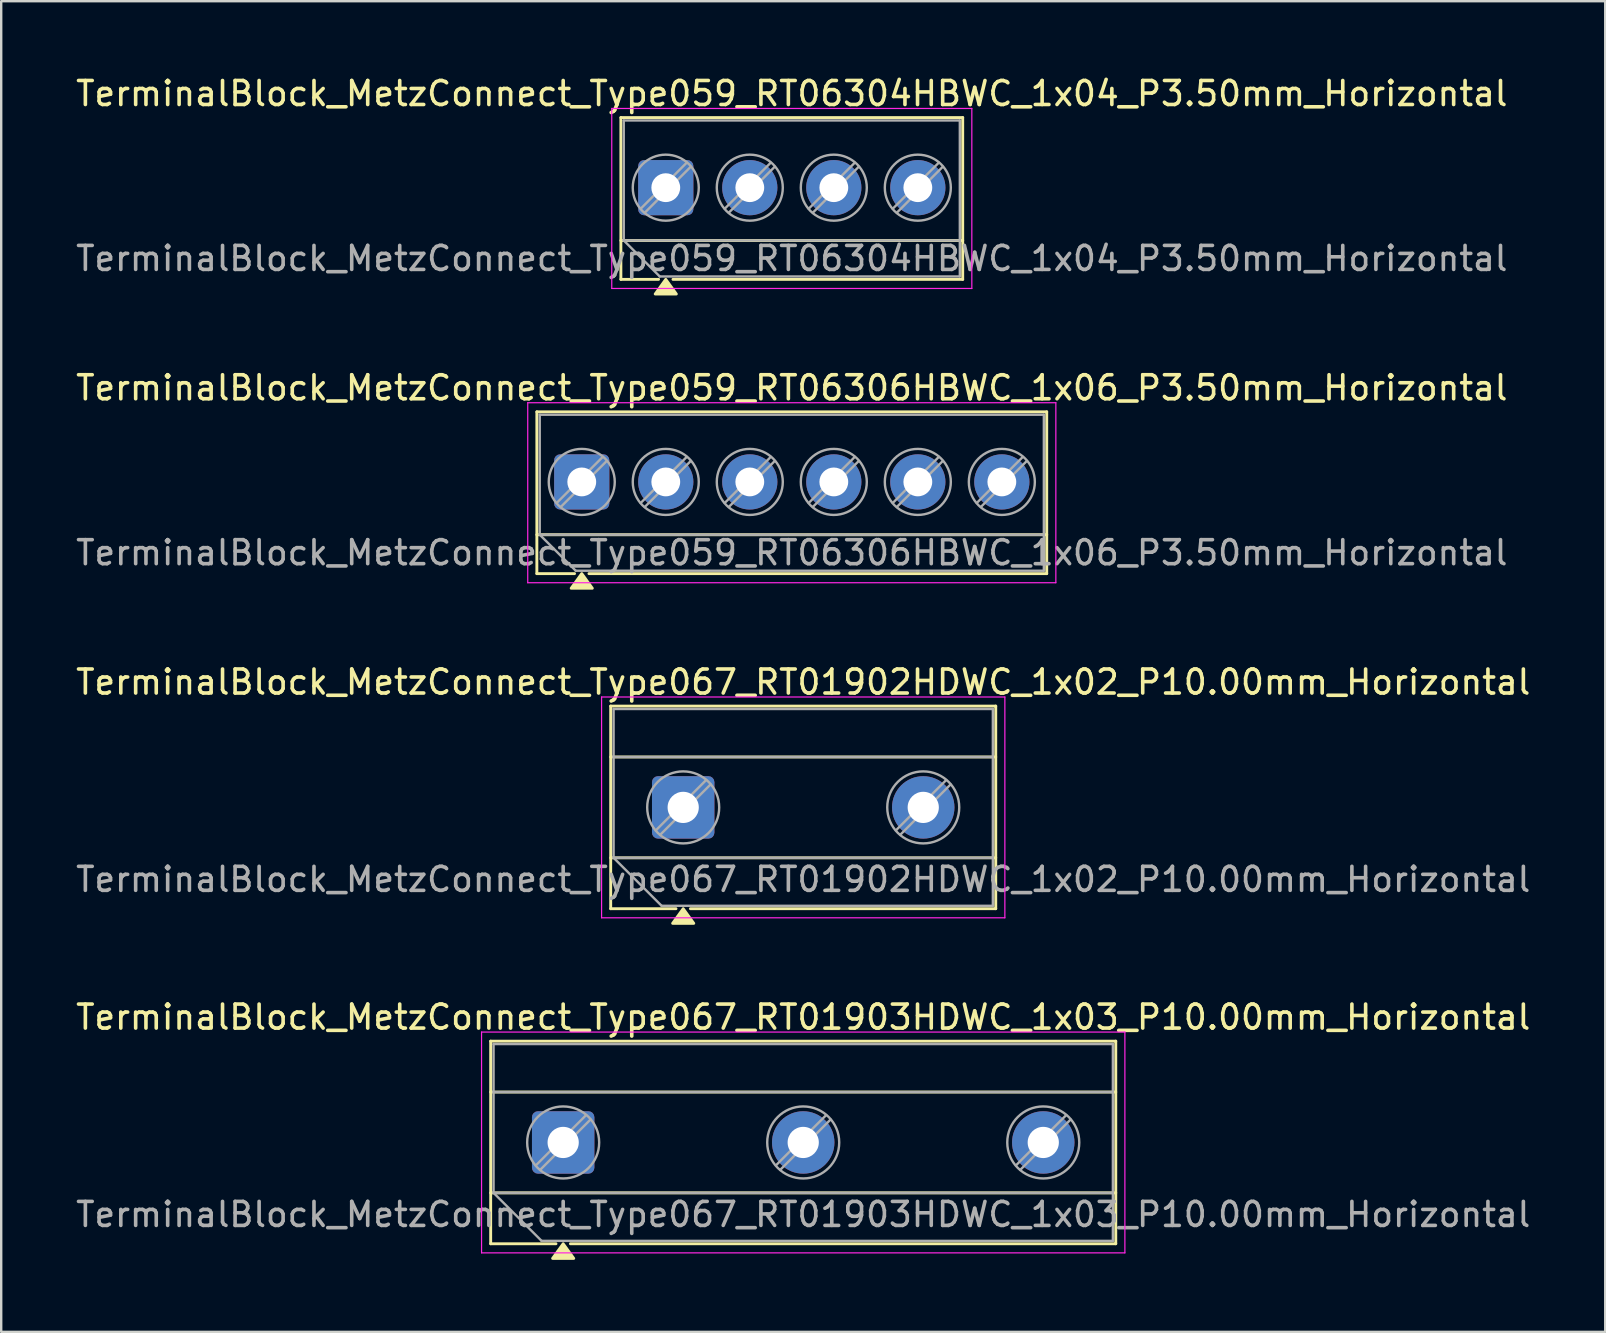
<source format=kicad_pcb>
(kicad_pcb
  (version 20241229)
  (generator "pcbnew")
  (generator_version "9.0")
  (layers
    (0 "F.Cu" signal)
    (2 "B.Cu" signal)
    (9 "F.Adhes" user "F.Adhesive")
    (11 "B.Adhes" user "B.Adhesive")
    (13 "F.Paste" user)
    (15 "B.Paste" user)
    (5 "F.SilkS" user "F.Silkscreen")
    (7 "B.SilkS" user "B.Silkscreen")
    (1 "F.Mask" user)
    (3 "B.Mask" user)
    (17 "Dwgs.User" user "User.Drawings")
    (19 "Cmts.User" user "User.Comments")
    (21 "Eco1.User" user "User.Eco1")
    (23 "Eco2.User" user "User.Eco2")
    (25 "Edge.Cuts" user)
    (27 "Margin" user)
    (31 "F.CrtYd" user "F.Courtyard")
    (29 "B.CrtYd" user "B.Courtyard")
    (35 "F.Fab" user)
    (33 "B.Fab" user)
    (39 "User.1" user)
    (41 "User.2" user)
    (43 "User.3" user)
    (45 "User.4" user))
  (footprint "TerminalBlock_MetzConnect_Type067_RT01903HDWC_1x03_P10.00mm_Horizontal"
    (layer "F.Cu")
    (at 20.411 44.543)
    (property "Reference" "TerminalBlock_MetzConnect_Type067_RT01903HDWC_1x03_P10.00mm_Horizontal" (at 10 -5.22 0) (layer "F.SilkS") (effects (font (size 1 1) (thickness 0.15))))
    (attr through_hole)
    (fp_line (start -3.02 -4.22) (end -3.02 4.22) (stroke (width 0.12) (type solid)) (layer "F.SilkS"))
    (fp_line (start -3.02 -4.22) (end 23.02 -4.22) (stroke (width 0.12) (type solid)) (layer "F.SilkS"))
    (fp_line (start -3.02 -2.1) (end 23.02 -2.1) (stroke (width 0.12) (type solid)) (layer "F.SilkS"))
    (fp_line (start -3.02 2.1) (end 23.02 2.1) (stroke (width 0.12) (type solid)) (layer "F.SilkS"))
    (fp_line (start -3.02 4.22) (end -0.3 4.22) (stroke (width 0.12) (type solid)) (layer "F.SilkS"))
    (fp_line (start 0.3 4.22) (end 23.02 4.22) (stroke (width 0.12) (type solid)) (layer "F.SilkS"))
    (fp_line (start 23.02 -4.22) (end 23.02 4.22) (stroke (width 0.12) (type solid)) (layer "F.SilkS"))
    (fp_poly (pts (xy 0 4.22) (xy 0.44 4.83) (xy -0.44 4.83)) (stroke (width 0.12) (type solid)) (fill yes) (layer "F.SilkS"))
    (fp_line (start -3.4 -4.6) (end -3.4 4.6) (stroke (width 0.05) (type solid)) (layer "F.CrtYd"))
    (fp_line (start -3.4 4.6) (end 23.4 4.6) (stroke (width 0.05) (type solid)) (layer "F.CrtYd"))
    (fp_line (start 23.4 -4.6) (end -3.4 -4.6) (stroke (width 0.05) (type solid)) (layer "F.CrtYd"))
    (fp_line (start 23.4 4.6) (end 23.4 -4.6) (stroke (width 0.05) (type solid)) (layer "F.CrtYd"))
    (fp_line (start -2.9 -4.1) (end 22.9 -4.1) (stroke (width 0.1) (type solid)) (layer "F.Fab"))
    (fp_line (start -2.9 -2.1) (end 22.9 -2.1) (stroke (width 0.1) (type solid)) (layer "F.Fab"))
    (fp_line (start -2.9 2.1) (end -2.9 -4.1) (stroke (width 0.1) (type solid)) (layer "F.Fab"))
    (fp_line (start -2.9 2.1) (end 22.9 2.1) (stroke (width 0.1) (type solid)) (layer "F.Fab"))
    (fp_line (start -0.9 4.1) (end -2.9 2.1) (stroke (width 0.1) (type solid)) (layer "F.Fab"))
    (fp_line (start 0.955 -1.138) (end -1.138 0.955) (stroke (width 0.1) (type solid)) (layer "F.Fab"))
    (fp_line (start 1.138 -0.955) (end -0.955 1.138) (stroke (width 0.1) (type solid)) (layer "F.Fab"))
    (fp_line (start 10.955 -1.138) (end 8.862 0.955) (stroke (width 0.1) (type solid)) (layer "F.Fab"))
    (fp_line (start 11.138 -0.955) (end 9.045 1.138) (stroke (width 0.1) (type solid)) (layer "F.Fab"))
    (fp_line (start 20.955 -1.138) (end 18.862 0.955) (stroke (width 0.1) (type solid)) (layer "F.Fab"))
    (fp_line (start 21.138 -0.955) (end 19.045 1.138) (stroke (width 0.1) (type solid)) (layer "F.Fab"))
    (fp_line (start 22.9 -4.1) (end 22.9 4.1) (stroke (width 0.1) (type solid)) (layer "F.Fab"))
    (fp_line (start 22.9 4.1) (end -0.9 4.1) (stroke (width 0.1) (type solid)) (layer "F.Fab"))
    (fp_circle (center 0 0) (end 1.5 0) (stroke (width 0.1) (type solid)) (fill no) (layer "F.Fab"))
    (fp_circle (center 10 0) (end 11.5 0) (stroke (width 0.1) (type solid)) (fill no) (layer "F.Fab"))
    (fp_circle (center 20 0) (end 21.5 0) (stroke (width 0.1) (type solid)) (fill no) (layer "F.Fab"))
    (fp_text user "${REFERENCE}" (at 10 3 0) (layer "F.Fab") (effects (font (size 1 1) (thickness 0.15))))
    (pad "1" thru_hole roundrect (at 0 0) (size 2.6 2.6) (drill 1.3) (layers "*.Cu" "*.Mask") (roundrect_rratio 0.096))
    (pad "2" thru_hole circle (at 10 0) (size 2.6 2.6) (drill 1.3) (layers "*.Cu" "*.Mask"))
    (pad "3" thru_hole circle (at 20 0) (size 2.6 2.6) (drill 1.3) (layers "*.Cu" "*.Mask")))
  (footprint "TerminalBlock_MetzConnect_Type059_RT06304HBWC_1x04_P3.50mm_Horizontal"
    (layer "F.Cu")
    (at 24.685 4.768)
    (property "Reference" "TerminalBlock_MetzConnect_Type059_RT06304HBWC_1x04_P3.50mm_Horizontal" (at 5.25 -3.92 0) (layer "F.SilkS") (effects (font (size 1 1) (thickness 0.15))))
    (attr through_hole)
    (fp_line (start -1.87 -2.92) (end -1.87 3.82) (stroke (width 0.12) (type solid)) (layer "F.SilkS"))
    (fp_line (start -1.87 -2.92) (end 12.37 -2.92) (stroke (width 0.12) (type solid)) (layer "F.SilkS"))
    (fp_line (start -1.87 2.2) (end 12.37 2.2) (stroke (width 0.12) (type solid)) (layer "F.SilkS"))
    (fp_line (start -1.87 3.82) (end -0.3 3.82) (stroke (width 0.12) (type solid)) (layer "F.SilkS"))
    (fp_line (start 0.3 3.82) (end 12.37 3.82) (stroke (width 0.12) (type solid)) (layer "F.SilkS"))
    (fp_line (start 12.37 -2.92) (end 12.37 3.82) (stroke (width 0.12) (type solid)) (layer "F.SilkS"))
    (fp_poly (pts (xy 0 3.82) (xy 0.44 4.43) (xy -0.44 4.43)) (stroke (width 0.12) (type solid)) (fill yes) (layer "F.SilkS"))
    (fp_line (start -2.25 -3.3) (end -2.25 4.2) (stroke (width 0.05) (type solid)) (layer "F.CrtYd"))
    (fp_line (start -2.25 4.2) (end 12.75 4.2) (stroke (width 0.05) (type solid)) (layer "F.CrtYd"))
    (fp_line (start 12.75 -3.3) (end -2.25 -3.3) (stroke (width 0.05) (type solid)) (layer "F.CrtYd"))
    (fp_line (start 12.75 4.2) (end 12.75 -3.3) (stroke (width 0.05) (type solid)) (layer "F.CrtYd"))
    (fp_line (start -1.75 -2.8) (end 12.25 -2.8) (stroke (width 0.1) (type solid)) (layer "F.Fab"))
    (fp_line (start -1.75 2.2) (end -1.75 -2.8) (stroke (width 0.1) (type solid)) (layer "F.Fab"))
    (fp_line (start -1.75 2.2) (end 12.25 2.2) (stroke (width 0.1) (type solid)) (layer "F.Fab"))
    (fp_line (start -0.25 3.7) (end -1.75 2.2) (stroke (width 0.1) (type solid)) (layer "F.Fab"))
    (fp_line (start 0.875 -1.043) (end -1.043 0.875) (stroke (width 0.1) (type solid)) (layer "F.Fab"))
    (fp_line (start 1.043 -0.875) (end -0.875 1.043) (stroke (width 0.1) (type solid)) (layer "F.Fab"))
    (fp_line (start 4.375 -1.043) (end 2.457 0.875) (stroke (width 0.1) (type solid)) (layer "F.Fab"))
    (fp_line (start 4.543 -0.875) (end 2.625 1.043) (stroke (width 0.1) (type solid)) (layer "F.Fab"))
    (fp_line (start 7.875 -1.043) (end 5.957 0.875) (stroke (width 0.1) (type solid)) (layer "F.Fab"))
    (fp_line (start 8.043 -0.875) (end 6.125 1.043) (stroke (width 0.1) (type solid)) (layer "F.Fab"))
    (fp_line (start 11.375 -1.043) (end 9.457 0.875) (stroke (width 0.1) (type solid)) (layer "F.Fab"))
    (fp_line (start 11.543 -0.875) (end 9.625 1.043) (stroke (width 0.1) (type solid)) (layer "F.Fab"))
    (fp_line (start 12.25 -2.8) (end 12.25 3.7) (stroke (width 0.1) (type solid)) (layer "F.Fab"))
    (fp_line (start 12.25 3.7) (end -0.25 3.7) (stroke (width 0.1) (type solid)) (layer "F.Fab"))
    (fp_circle (center 0 0) (end 1.375 0) (stroke (width 0.1) (type solid)) (fill no) (layer "F.Fab"))
    (fp_circle (center 3.5 0) (end 4.875 0) (stroke (width 0.1) (type solid)) (fill no) (layer "F.Fab"))
    (fp_circle (center 7 0) (end 8.375 0) (stroke (width 0.1) (type solid)) (fill no) (layer "F.Fab"))
    (fp_circle (center 10.5 0) (end 11.875 0) (stroke (width 0.1) (type solid)) (fill no) (layer "F.Fab"))
    (fp_text user "${REFERENCE}" (at 5.25 2.95 0) (layer "F.Fab") (effects (font (size 1 1) (thickness 0.15))))
    (pad "1" thru_hole roundrect (at 0 0) (size 2.3 2.3) (drill 1.2) (layers "*.Cu" "*.Mask") (roundrect_rratio 0.109))
    (pad "2" thru_hole circle (at 3.5 0) (size 2.3 2.3) (drill 1.2) (layers "*.Cu" "*.Mask"))
    (pad "3" thru_hole circle (at 7 0) (size 2.3 2.3) (drill 1.2) (layers "*.Cu" "*.Mask"))
    (pad "4" thru_hole circle (at 10.5 0) (size 2.3 2.3) (drill 1.2) (layers "*.Cu" "*.Mask")))
  (footprint "TerminalBlock_MetzConnect_Type059_RT06306HBWC_1x06_P3.50mm_Horizontal"
    (layer "F.Cu")
    (at 21.185 17.026)
    (property "Reference" "TerminalBlock_MetzConnect_Type059_RT06306HBWC_1x06_P3.50mm_Horizontal" (at 8.75 -3.92 0) (layer "F.SilkS") (effects (font (size 1 1) (thickness 0.15))))
    (attr through_hole)
    (fp_line (start -1.87 -2.92) (end -1.87 3.82) (stroke (width 0.12) (type solid)) (layer "F.SilkS"))
    (fp_line (start -1.87 -2.92) (end 19.37 -2.92) (stroke (width 0.12) (type solid)) (layer "F.SilkS"))
    (fp_line (start -1.87 2.2) (end 19.37 2.2) (stroke (width 0.12) (type solid)) (layer "F.SilkS"))
    (fp_line (start -1.87 3.82) (end -0.3 3.82) (stroke (width 0.12) (type solid)) (layer "F.SilkS"))
    (fp_line (start 0.3 3.82) (end 19.37 3.82) (stroke (width 0.12) (type solid)) (layer "F.SilkS"))
    (fp_line (start 19.37 -2.92) (end 19.37 3.82) (stroke (width 0.12) (type solid)) (layer "F.SilkS"))
    (fp_poly (pts (xy 0 3.82) (xy 0.44 4.43) (xy -0.44 4.43)) (stroke (width 0.12) (type solid)) (fill yes) (layer "F.SilkS"))
    (fp_line (start -2.25 -3.3) (end -2.25 4.2) (stroke (width 0.05) (type solid)) (layer "F.CrtYd"))
    (fp_line (start -2.25 4.2) (end 19.75 4.2) (stroke (width 0.05) (type solid)) (layer "F.CrtYd"))
    (fp_line (start 19.75 -3.3) (end -2.25 -3.3) (stroke (width 0.05) (type solid)) (layer "F.CrtYd"))
    (fp_line (start 19.75 4.2) (end 19.75 -3.3) (stroke (width 0.05) (type solid)) (layer "F.CrtYd"))
    (fp_line (start -1.75 -2.8) (end 19.25 -2.8) (stroke (width 0.1) (type solid)) (layer "F.Fab"))
    (fp_line (start -1.75 2.2) (end -1.75 -2.8) (stroke (width 0.1) (type solid)) (layer "F.Fab"))
    (fp_line (start -1.75 2.2) (end 19.25 2.2) (stroke (width 0.1) (type solid)) (layer "F.Fab"))
    (fp_line (start -0.25 3.7) (end -1.75 2.2) (stroke (width 0.1) (type solid)) (layer "F.Fab"))
    (fp_line (start 0.875 -1.043) (end -1.043 0.875) (stroke (width 0.1) (type solid)) (layer "F.Fab"))
    (fp_line (start 1.043 -0.875) (end -0.875 1.043) (stroke (width 0.1) (type solid)) (layer "F.Fab"))
    (fp_line (start 4.375 -1.043) (end 2.457 0.875) (stroke (width 0.1) (type solid)) (layer "F.Fab"))
    (fp_line (start 4.543 -0.875) (end 2.625 1.043) (stroke (width 0.1) (type solid)) (layer "F.Fab"))
    (fp_line (start 7.875 -1.043) (end 5.957 0.875) (stroke (width 0.1) (type solid)) (layer "F.Fab"))
    (fp_line (start 8.043 -0.875) (end 6.125 1.043) (stroke (width 0.1) (type solid)) (layer "F.Fab"))
    (fp_line (start 11.375 -1.043) (end 9.457 0.875) (stroke (width 0.1) (type solid)) (layer "F.Fab"))
    (fp_line (start 11.543 -0.875) (end 9.625 1.043) (stroke (width 0.1) (type solid)) (layer "F.Fab"))
    (fp_line (start 14.875 -1.043) (end 12.957 0.875) (stroke (width 0.1) (type solid)) (layer "F.Fab"))
    (fp_line (start 15.043 -0.875) (end 13.125 1.043) (stroke (width 0.1) (type solid)) (layer "F.Fab"))
    (fp_line (start 18.375 -1.043) (end 16.457 0.875) (stroke (width 0.1) (type solid)) (layer "F.Fab"))
    (fp_line (start 18.543 -0.875) (end 16.625 1.043) (stroke (width 0.1) (type solid)) (layer "F.Fab"))
    (fp_line (start 19.25 -2.8) (end 19.25 3.7) (stroke (width 0.1) (type solid)) (layer "F.Fab"))
    (fp_line (start 19.25 3.7) (end -0.25 3.7) (stroke (width 0.1) (type solid)) (layer "F.Fab"))
    (fp_circle (center 0 0) (end 1.375 0) (stroke (width 0.1) (type solid)) (fill no) (layer "F.Fab"))
    (fp_circle (center 3.5 0) (end 4.875 0) (stroke (width 0.1) (type solid)) (fill no) (layer "F.Fab"))
    (fp_circle (center 7 0) (end 8.375 0) (stroke (width 0.1) (type solid)) (fill no) (layer "F.Fab"))
    (fp_circle (center 10.5 0) (end 11.875 0) (stroke (width 0.1) (type solid)) (fill no) (layer "F.Fab"))
    (fp_circle (center 14 0) (end 15.375 0) (stroke (width 0.1) (type solid)) (fill no) (layer "F.Fab"))
    (fp_circle (center 17.5 0) (end 18.875 0) (stroke (width 0.1) (type solid)) (fill no) (layer "F.Fab"))
    (fp_text user "${REFERENCE}" (at 8.75 2.95 0) (layer "F.Fab") (effects (font (size 1 1) (thickness 0.15))))
    (pad "1" thru_hole roundrect (at 0 0) (size 2.3 2.3) (drill 1.2) (layers "*.Cu" "*.Mask") (roundrect_rratio 0.109))
    (pad "2" thru_hole circle (at 3.5 0) (size 2.3 2.3) (drill 1.2) (layers "*.Cu" "*.Mask"))
    (pad "3" thru_hole circle (at 7 0) (size 2.3 2.3) (drill 1.2) (layers "*.Cu" "*.Mask"))
    (pad "4" thru_hole circle (at 10.5 0) (size 2.3 2.3) (drill 1.2) (layers "*.Cu" "*.Mask"))
    (pad "5" thru_hole circle (at 14 0) (size 2.3 2.3) (drill 1.2) (layers "*.Cu" "*.Mask"))
    (pad "6" thru_hole circle (at 17.5 0) (size 2.3 2.3) (drill 1.2) (layers "*.Cu" "*.Mask")))
  (footprint "TerminalBlock_MetzConnect_Type067_RT01902HDWC_1x02_P10.00mm_Horizontal"
    (layer "F.Cu")
    (at 25.411 30.585)
    (property "Reference" "TerminalBlock_MetzConnect_Type067_RT01902HDWC_1x02_P10.00mm_Horizontal" (at 5 -5.22 0) (layer "F.SilkS") (effects (font (size 1 1) (thickness 0.15))))
    (attr through_hole)
    (fp_line (start -3.02 -4.22) (end -3.02 4.22) (stroke (width 0.12) (type solid)) (layer "F.SilkS"))
    (fp_line (start -3.02 -4.22) (end 13.02 -4.22) (stroke (width 0.12) (type solid)) (layer "F.SilkS"))
    (fp_line (start -3.02 -2.1) (end 13.02 -2.1) (stroke (width 0.12) (type solid)) (layer "F.SilkS"))
    (fp_line (start -3.02 2.1) (end 13.02 2.1) (stroke (width 0.12) (type solid)) (layer "F.SilkS"))
    (fp_line (start -3.02 4.22) (end -0.3 4.22) (stroke (width 0.12) (type solid)) (layer "F.SilkS"))
    (fp_line (start 0.3 4.22) (end 13.02 4.22) (stroke (width 0.12) (type solid)) (layer "F.SilkS"))
    (fp_line (start 13.02 -4.22) (end 13.02 4.22) (stroke (width 0.12) (type solid)) (layer "F.SilkS"))
    (fp_poly (pts (xy 0 4.22) (xy 0.44 4.83) (xy -0.44 4.83)) (stroke (width 0.12) (type solid)) (fill yes) (layer "F.SilkS"))
    (fp_line (start -3.4 -4.6) (end -3.4 4.6) (stroke (width 0.05) (type solid)) (layer "F.CrtYd"))
    (fp_line (start -3.4 4.6) (end 13.4 4.6) (stroke (width 0.05) (type solid)) (layer "F.CrtYd"))
    (fp_line (start 13.4 -4.6) (end -3.4 -4.6) (stroke (width 0.05) (type solid)) (layer "F.CrtYd"))
    (fp_line (start 13.4 4.6) (end 13.4 -4.6) (stroke (width 0.05) (type solid)) (layer "F.CrtYd"))
    (fp_line (start -2.9 -4.1) (end 12.9 -4.1) (stroke (width 0.1) (type solid)) (layer "F.Fab"))
    (fp_line (start -2.9 -2.1) (end 12.9 -2.1) (stroke (width 0.1) (type solid)) (layer "F.Fab"))
    (fp_line (start -2.9 2.1) (end -2.9 -4.1) (stroke (width 0.1) (type solid)) (layer "F.Fab"))
    (fp_line (start -2.9 2.1) (end 12.9 2.1) (stroke (width 0.1) (type solid)) (layer "F.Fab"))
    (fp_line (start -0.9 4.1) (end -2.9 2.1) (stroke (width 0.1) (type solid)) (layer "F.Fab"))
    (fp_line (start 0.955 -1.138) (end -1.138 0.955) (stroke (width 0.1) (type solid)) (layer "F.Fab"))
    (fp_line (start 1.138 -0.955) (end -0.955 1.138) (stroke (width 0.1) (type solid)) (layer "F.Fab"))
    (fp_line (start 10.955 -1.138) (end 8.862 0.955) (stroke (width 0.1) (type solid)) (layer "F.Fab"))
    (fp_line (start 11.138 -0.955) (end 9.045 1.138) (stroke (width 0.1) (type solid)) (layer "F.Fab"))
    (fp_line (start 12.9 -4.1) (end 12.9 4.1) (stroke (width 0.1) (type solid)) (layer "F.Fab"))
    (fp_line (start 12.9 4.1) (end -0.9 4.1) (stroke (width 0.1) (type solid)) (layer "F.Fab"))
    (fp_circle (center 0 0) (end 1.5 0) (stroke (width 0.1) (type solid)) (fill no) (layer "F.Fab"))
    (fp_circle (center 10 0) (end 11.5 0) (stroke (width 0.1) (type solid)) (fill no) (layer "F.Fab"))
    (fp_text user "${REFERENCE}" (at 5 3 0) (layer "F.Fab") (effects (font (size 1 1) (thickness 0.15))))
    (pad "1" thru_hole roundrect (at 0 0) (size 2.6 2.6) (drill 1.3) (layers "*.Cu" "*.Mask") (roundrect_rratio 0.096))
    (pad "2" thru_hole circle (at 10 0) (size 2.6 2.6) (drill 1.3) (layers "*.Cu" "*.Mask")))
  (gr_rect
    (start -3 -3)
    (end 63.821 52.433)
    (stroke (width 0.1) (type default))
    (fill no)
    (layer "Edge.Cuts")))
</source>
